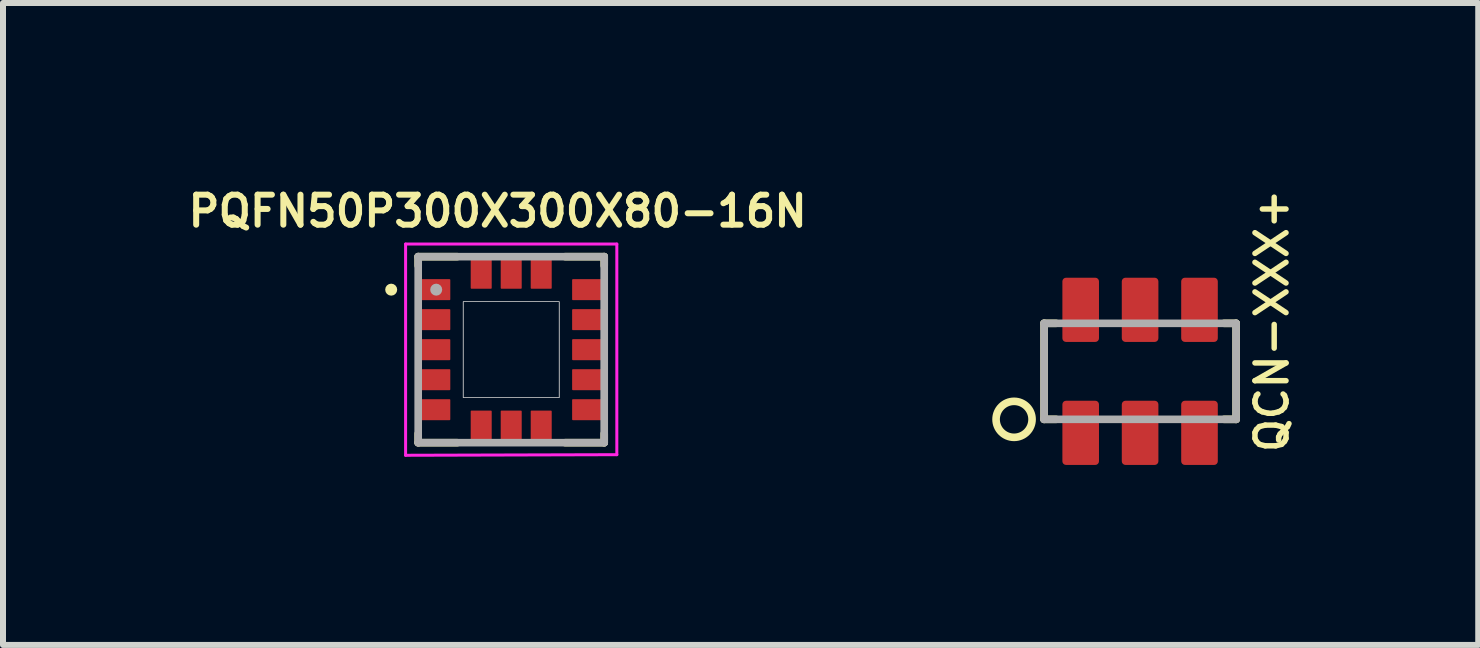
<source format=kicad_pcb>
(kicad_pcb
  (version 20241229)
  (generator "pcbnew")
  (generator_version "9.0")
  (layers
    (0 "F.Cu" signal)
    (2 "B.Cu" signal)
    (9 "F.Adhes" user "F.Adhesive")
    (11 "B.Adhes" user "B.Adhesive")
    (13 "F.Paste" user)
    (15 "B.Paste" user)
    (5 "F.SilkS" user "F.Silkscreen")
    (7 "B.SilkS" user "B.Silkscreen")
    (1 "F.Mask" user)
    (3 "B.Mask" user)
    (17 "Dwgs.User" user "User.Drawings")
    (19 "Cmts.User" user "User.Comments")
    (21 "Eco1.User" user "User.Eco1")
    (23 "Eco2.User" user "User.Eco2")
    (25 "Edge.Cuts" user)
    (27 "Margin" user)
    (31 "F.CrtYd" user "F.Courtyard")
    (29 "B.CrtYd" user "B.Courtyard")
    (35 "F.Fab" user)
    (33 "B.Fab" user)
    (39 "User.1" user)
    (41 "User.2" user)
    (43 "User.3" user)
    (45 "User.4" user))
  (footprint "PQFN50P300X300X80-16N"
    (layer "F.Cu")
    (at 5.469 2.777)
    (property "Reference" "PQFN50P300X300X80-16N" (at -0.226 -2.309 0) (layer "F.SilkS") (effects (font (size 0.5 0.5) (thickness 0.1) (bold yes))))
    (attr through_hole)
    (fp_line (start -1.55 -1.55) (end -0.9 -1.55) (stroke (width 0.127) (type solid)) (layer "F.SilkS"))
    (fp_line (start -1.55 -1.4) (end -1.55 -1.55) (stroke (width 0.127) (type solid)) (layer "F.SilkS"))
    (fp_line (start -1.55 1.4) (end -1.55 1.55) (stroke (width 0.127) (type solid)) (layer "F.SilkS"))
    (fp_line (start -1.55 1.55) (end -0.9 1.55) (stroke (width 0.127) (type solid)) (layer "F.SilkS"))
    (fp_line (start 0.9 -1.55) (end 1.55 -1.55) (stroke (width 0.127) (type solid)) (layer "F.SilkS"))
    (fp_line (start 0.9 1.55) (end 1.55 1.55) (stroke (width 0.127) (type solid)) (layer "F.SilkS"))
    (fp_line (start 1.55 -1.55) (end 1.55 -1.4) (stroke (width 0.127) (type solid)) (layer "F.SilkS"))
    (fp_line (start 1.55 1.55) (end 1.55 1.4) (stroke (width 0.127) (type solid)) (layer "F.SilkS"))
    (fp_circle (center -2 -1) (end -1.95 -1) (stroke (width 0.1) (type solid)) (fill no) (layer "F.SilkS"))
    (fp_poly (pts (xy -0.8 -0.8) (xy 0.8 -0.8) (xy 0.8 0.8) (xy -0.8 0.8)) (stroke (width 0.01) (type solid)) (fill no) (layer "Dwgs.User"))
    (fp_poly (pts (xy -0.8 -0.8) (xy 0.8 -0.8) (xy 0.8 0.8) (xy -0.8 0.8)) (stroke (width 0.01) (type solid)) (fill no) (layer "Dwgs.User"))
    (fp_line (start -1.76 -1.76) (end 1.76 -1.76) (stroke (width 0.05) (type solid)) (layer "F.CrtYd"))
    (fp_line (start -1.76 1.76) (end -1.76 -1.76) (stroke (width 0.05) (type solid)) (layer "F.CrtYd"))
    (fp_line (start 1.76 -1.76) (end 1.76 1.75) (stroke (width 0.05) (type solid)) (layer "F.CrtYd"))
    (fp_line (start 1.76 1.75) (end -1.76 1.76) (stroke (width 0.05) (type solid)) (layer "F.CrtYd"))
    (fp_line (start -1.55 -1.55) (end 1.55 -1.55) (stroke (width 0.127) (type solid)) (layer "F.Fab"))
    (fp_line (start -1.55 1.55) (end -1.55 -1.55) (stroke (width 0.127) (type solid)) (layer "F.Fab"))
    (fp_line (start 1.55 -1.55) (end 1.55 1.55) (stroke (width 0.127) (type solid)) (layer "F.Fab"))
    (fp_line (start 1.55 1.55) (end -1.55 1.55) (stroke (width 0.127) (type solid)) (layer "F.Fab"))
    (fp_circle (center -1.25 -1) (end -1.2 -1) (stroke (width 0.1) (type solid)) (fill no) (layer "F.Fab"))
    (pad "1" smd roundrect (at -1.26 -1) (size 0.49 0.35) (layers "F.Cu" "F.Mask" "F.Paste") (roundrect_rratio 0.04))
    (pad "2" smd roundrect (at -1.26 -0.5) (size 0.49 0.35) (layers "F.Cu" "F.Mask" "F.Paste") (roundrect_rratio 0.04))
    (pad "3" smd roundrect (at -1.26 0) (size 0.49 0.35) (layers "F.Cu" "F.Mask" "F.Paste") (roundrect_rratio 0.04))
    (pad "4" smd roundrect (at -1.26 0.5) (size 0.49 0.35) (layers "F.Cu" "F.Mask" "F.Paste") (roundrect_rratio 0.04))
    (pad "5" smd roundrect (at -1.26 1) (size 0.49 0.35) (layers "F.Cu" "F.Mask" "F.Paste") (roundrect_rratio 0.04))
    (pad "6" smd roundrect (at -0.5 1.26) (size 0.35 0.49) (layers "F.Cu" "F.Mask" "F.Paste") (roundrect_rratio 0.04))
    (pad "7" smd roundrect (at 0 1.26) (size 0.35 0.49) (layers "F.Cu" "F.Mask" "F.Paste") (roundrect_rratio 0.04))
    (pad "8" smd roundrect (at 0.5 1.26) (size 0.35 0.49) (layers "F.Cu" "F.Mask" "F.Paste") (roundrect_rratio 0.04))
    (pad "9" smd roundrect (at 1.26 1) (size 0.49 0.35) (layers "F.Cu" "F.Mask" "F.Paste") (roundrect_rratio 0.04))
    (pad "10" smd roundrect (at 1.26 0.5) (size 0.49 0.35) (layers "F.Cu" "F.Mask" "F.Paste") (roundrect_rratio 0.04))
    (pad "11" smd roundrect (at 1.26 0) (size 0.49 0.35) (layers "F.Cu" "F.Mask" "F.Paste") (roundrect_rratio 0.04))
    (pad "12" smd roundrect (at 1.26 -0.5) (size 0.49 0.35) (layers "F.Cu" "F.Mask" "F.Paste") (roundrect_rratio 0.04))
    (pad "13" smd roundrect (at 1.26 -1) (size 0.49 0.35) (layers "F.Cu" "F.Mask" "F.Paste") (roundrect_rratio 0.04))
    (pad "14" smd roundrect (at 0.5 -1.26) (size 0.35 0.49) (layers "F.Cu" "F.Mask" "F.Paste") (roundrect_rratio 0.04))
    (pad "15" smd roundrect (at 0 -1.26) (size 0.35 0.49) (layers "F.Cu" "F.Mask" "F.Paste") (roundrect_rratio 0.04))
    (pad "16" smd roundrect (at -0.5 -1.26) (size 0.35 0.49) (layers "F.Cu" "F.Mask" "F.Paste") (roundrect_rratio 0.04)))
  (footprint "QCN-XXX+"
    (layer "F.Cu")
    (at 15.949 3.138)
    (property "Reference" "QCN-XXX+" (at 2.5 1.4 90) (layer "F.SilkS") (effects (font (size 0.518 0.518) (thickness 0.091)) (justify left bottom)))
    (fp_line (start -1.6 -0.8) (end -1.6 0.8) (stroke (width 0.127) (type solid)) (layer "F.SilkS"))
    (fp_line (start -1.6 0.8) (end -1.4 0.8) (stroke (width 0.127) (type solid)) (layer "F.SilkS"))
    (fp_line (start -1.4 -0.8) (end -1.6 -0.8) (stroke (width 0.127) (type solid)) (layer "F.SilkS"))
    (fp_line (start 1.4 -0.8) (end 1.6 -0.8) (stroke (width 0.127) (type solid)) (layer "F.SilkS"))
    (fp_line (start 1.6 -0.8) (end 1.6 0.8) (stroke (width 0.127) (type solid)) (layer "F.SilkS"))
    (fp_line (start 1.6 0.8) (end 1.4 0.8) (stroke (width 0.127) (type solid)) (layer "F.SilkS"))
    (fp_circle (center -2.1 0.8) (end -1.8 0.8) (stroke (width 0.127) (type solid)) (fill no) (layer "F.SilkS"))
    (fp_poly (pts (xy -1.25 -0.55) (xy -0.75 -0.55) (xy -0.75 -1.5) (xy -1.25 -1.5)) (stroke (width 0) (type solid)) (fill yes) (layer "F.Paste"))
    (fp_poly (pts (xy -0.75 0.55) (xy -1.25 0.55) (xy -1.25 1.5) (xy -0.75 1.5)) (stroke (width 0) (type solid)) (fill yes) (layer "F.Paste"))
    (fp_poly (pts (xy -0.25 -0.55) (xy 0.25 -0.55) (xy 0.25 -1.5) (xy -0.25 -1.5)) (stroke (width 0) (type solid)) (fill yes) (layer "F.Paste"))
    (fp_poly (pts (xy 0.25 0.55) (xy -0.25 0.55) (xy -0.25 1.5) (xy 0.25 1.5)) (stroke (width 0) (type solid)) (fill yes) (layer "F.Paste"))
    (fp_poly (pts (xy 0.75 -0.55) (xy 1.25 -0.55) (xy 1.25 -1.5) (xy 0.75 -1.5)) (stroke (width 0) (type solid)) (fill yes) (layer "F.Paste"))
    (fp_poly (pts (xy 1.25 0.55) (xy 0.75 0.55) (xy 0.75 1.5) (xy 1.25 1.5)) (stroke (width 0) (type solid)) (fill yes) (layer "F.Paste"))
    (fp_line (start -1.6 -0.8) (end -1.6 0.8) (stroke (width 0.127) (type solid)) (layer "F.Fab"))
    (fp_line (start -1.6 0.8) (end 1.6 0.8) (stroke (width 0.127) (type solid)) (layer "F.Fab"))
    (fp_line (start 1.6 -0.8) (end -1.6 -0.8) (stroke (width 0.127) (type solid)) (layer "F.Fab"))
    (fp_line (start 1.6 0.8) (end 1.6 -0.8) (stroke (width 0.127) (type solid)) (layer "F.Fab"))
    (pad "1" smd roundrect (at -0.99 1.025) (size 0.61 1.07) (layers "F.Cu" "F.Mask") (roundrect_rratio 0.1))
    (pad "2" smd roundrect (at 0 1.025) (size 0.61 1.07) (layers "F.Cu" "F.Mask") (roundrect_rratio 0.1))
    (pad "3" smd roundrect (at 0.99 1.025) (size 0.61 1.07) (layers "F.Cu" "F.Mask") (roundrect_rratio 0.1))
    (pad "4" smd roundrect (at 0.99 -1.025 180) (size 0.61 1.07) (layers "F.Cu" "F.Mask") (roundrect_rratio 0.1))
    (pad "5" smd roundrect (at 0 -1.025 180) (size 0.61 1.07) (layers "F.Cu" "F.Mask") (roundrect_rratio 0.1))
    (pad "6" smd roundrect (at -0.99 -1.025 180) (size 0.61 1.07) (layers "F.Cu" "F.Mask") (roundrect_rratio 0.1)))
  (gr_rect
    (start -3 -3)
    (end 21.584 7.698)
    (stroke (width 0.1) (type default))
    (fill no)
    (layer "Edge.Cuts")))
</source>
